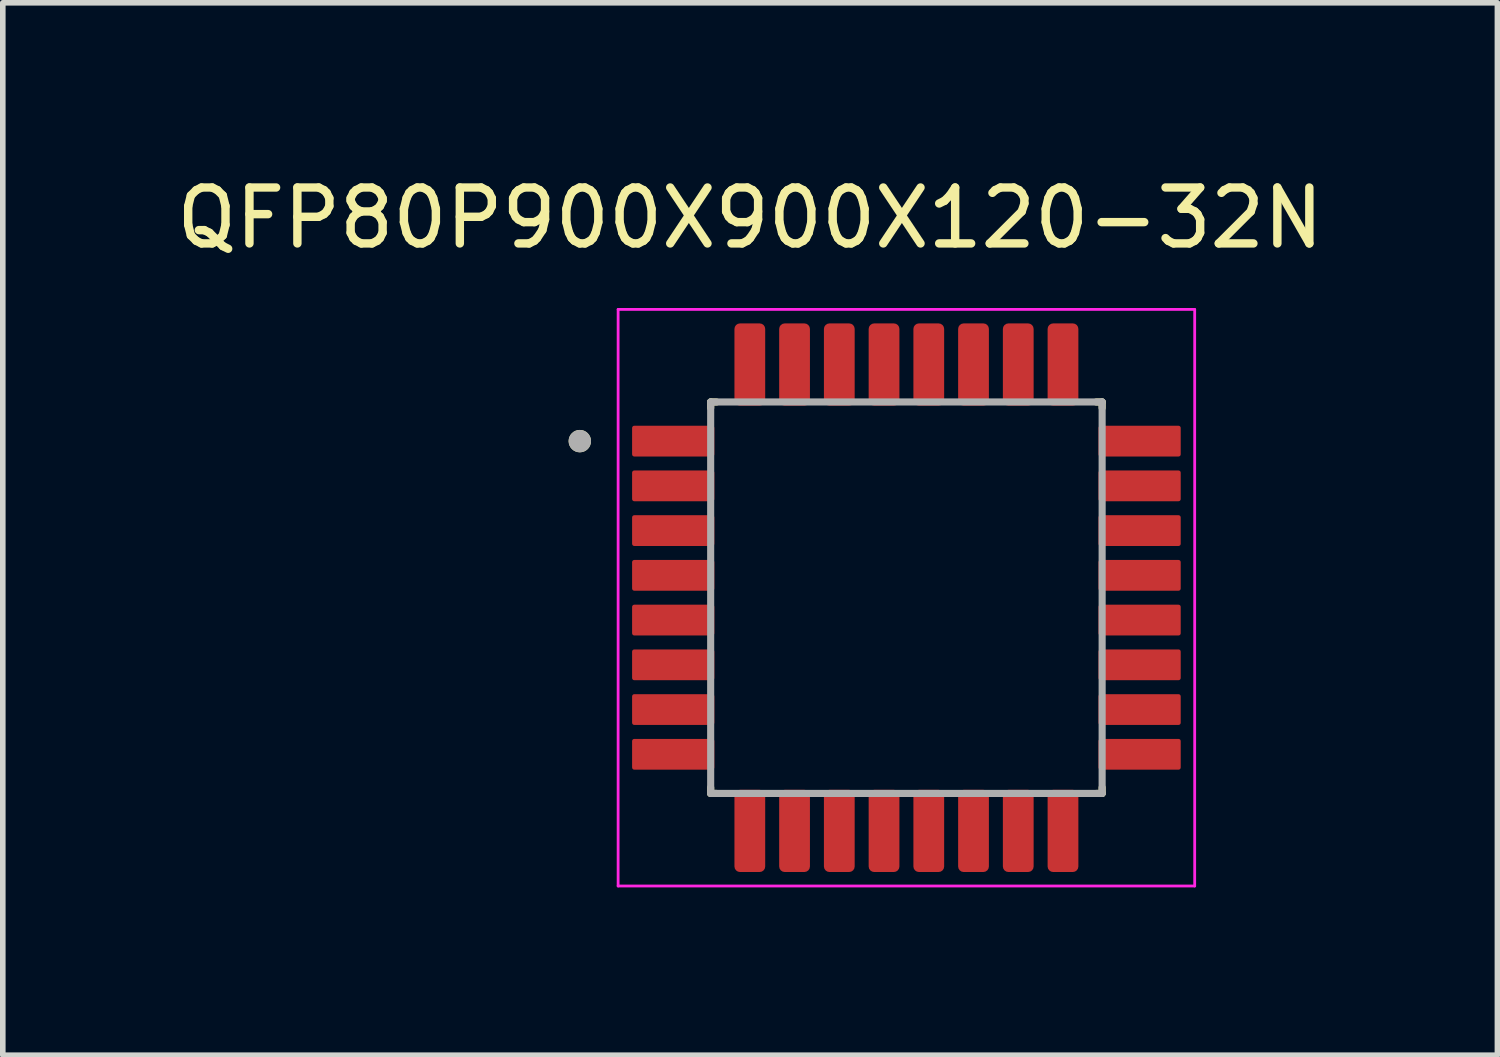
<source format=kicad_pcb>
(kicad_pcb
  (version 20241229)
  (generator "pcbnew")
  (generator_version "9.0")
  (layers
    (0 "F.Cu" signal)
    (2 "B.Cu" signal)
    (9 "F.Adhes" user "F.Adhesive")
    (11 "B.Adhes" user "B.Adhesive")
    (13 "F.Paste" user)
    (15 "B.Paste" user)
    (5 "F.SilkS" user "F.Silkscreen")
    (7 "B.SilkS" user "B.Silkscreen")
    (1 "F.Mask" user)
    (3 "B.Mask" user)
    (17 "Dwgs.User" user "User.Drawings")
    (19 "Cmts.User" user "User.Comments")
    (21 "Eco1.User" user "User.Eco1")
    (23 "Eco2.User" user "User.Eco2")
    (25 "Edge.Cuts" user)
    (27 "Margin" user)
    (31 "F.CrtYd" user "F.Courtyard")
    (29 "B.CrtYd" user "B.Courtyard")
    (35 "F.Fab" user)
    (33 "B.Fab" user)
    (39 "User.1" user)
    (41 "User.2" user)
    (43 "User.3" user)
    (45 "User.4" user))
  (footprint "QFP80P900X900X120-32N"
    (layer "F.Cu")
    (at 13.158 7.638)
    (property "Reference" "QFP80P900X900X120-32N" (at -2.795 -6.79 0) (layer "F.SilkS") (effects (font (size 1 1) (thickness 0.15))))
    (attr smd)
    (fp_line (start -3.5 -3.5) (end -3.5 -3.395) (stroke (width 0.127) (type solid)) (layer "F.SilkS"))
    (fp_line (start -3.5 -3.5) (end -3.395 -3.5) (stroke (width 0.127) (type solid)) (layer "F.SilkS"))
    (fp_line (start -3.5 3.5) (end -3.5 3.395) (stroke (width 0.127) (type solid)) (layer "F.SilkS"))
    (fp_line (start -3.5 3.5) (end -3.395 3.5) (stroke (width 0.127) (type solid)) (layer "F.SilkS"))
    (fp_line (start 3.5 -3.5) (end 3.395 -3.5) (stroke (width 0.127) (type solid)) (layer "F.SilkS"))
    (fp_line (start 3.5 -3.5) (end 3.5 -3.395) (stroke (width 0.127) (type solid)) (layer "F.SilkS"))
    (fp_line (start 3.5 3.5) (end 3.395 3.5) (stroke (width 0.127) (type solid)) (layer "F.SilkS"))
    (fp_line (start 3.5 3.5) (end 3.5 3.395) (stroke (width 0.127) (type solid)) (layer "F.SilkS"))
    (fp_circle (center -5.84 -2.8) (end -5.74 -2.8) (stroke (width 0.2) (type solid)) (fill no) (layer "F.SilkS"))
    (fp_line (start -5.155 -5.155) (end 5.155 -5.155) (stroke (width 0.05) (type solid)) (layer "F.CrtYd"))
    (fp_line (start -5.155 5.155) (end -5.155 -5.155) (stroke (width 0.05) (type solid)) (layer "F.CrtYd"))
    (fp_line (start -5.155 5.155) (end 5.155 5.155) (stroke (width 0.05) (type solid)) (layer "F.CrtYd"))
    (fp_line (start 5.155 5.155) (end 5.155 -5.155) (stroke (width 0.05) (type solid)) (layer "F.CrtYd"))
    (fp_line (start -3.5 3.5) (end -3.5 -3.5) (stroke (width 0.127) (type solid)) (layer "F.Fab"))
    (fp_line (start 3.5 -3.5) (end -3.5 -3.5) (stroke (width 0.127) (type solid)) (layer "F.Fab"))
    (fp_line (start 3.5 3.5) (end -3.5 3.5) (stroke (width 0.127) (type solid)) (layer "F.Fab"))
    (fp_line (start 3.5 3.5) (end 3.5 -3.5) (stroke (width 0.127) (type solid)) (layer "F.Fab"))
    (fp_circle (center -5.84 -2.8) (end -5.74 -2.8) (stroke (width 0.2) (type solid)) (fill no) (layer "F.Fab"))
    (pad "1" smd roundrect (at -4.17 -2.8) (size 1.47 0.55) (layers "F.Cu" "F.Mask" "F.Paste") (roundrect_rratio 0.07))
    (pad "2" smd roundrect (at -4.17 -2) (size 1.47 0.55) (layers "F.Cu" "F.Mask" "F.Paste") (roundrect_rratio 0.07))
    (pad "3" smd roundrect (at -4.17 -1.2) (size 1.47 0.55) (layers "F.Cu" "F.Mask" "F.Paste") (roundrect_rratio 0.07))
    (pad "4" smd roundrect (at -4.17 -0.4) (size 1.47 0.55) (layers "F.Cu" "F.Mask" "F.Paste") (roundrect_rratio 0.07))
    (pad "5" smd roundrect (at -4.17 0.4) (size 1.47 0.55) (layers "F.Cu" "F.Mask" "F.Paste") (roundrect_rratio 0.07))
    (pad "6" smd roundrect (at -4.17 1.2) (size 1.47 0.55) (layers "F.Cu" "F.Mask" "F.Paste") (roundrect_rratio 0.07))
    (pad "7" smd roundrect (at -4.17 2) (size 1.47 0.55) (layers "F.Cu" "F.Mask" "F.Paste") (roundrect_rratio 0.07))
    (pad "8" smd roundrect (at -4.17 2.8) (size 1.47 0.55) (layers "F.Cu" "F.Mask" "F.Paste") (roundrect_rratio 0.07))
    (pad "9" smd roundrect (at -2.8 4.17) (size 0.55 1.47) (layers "F.Cu" "F.Mask" "F.Paste") (roundrect_rratio 0.18))
    (pad "10" smd roundrect (at -2 4.17) (size 0.55 1.47) (layers "F.Cu" "F.Mask" "F.Paste") (roundrect_rratio 0.18))
    (pad "11" smd roundrect (at -1.2 4.17) (size 0.55 1.47) (layers "F.Cu" "F.Mask" "F.Paste") (roundrect_rratio 0.18))
    (pad "12" smd roundrect (at -0.4 4.17) (size 0.55 1.47) (layers "F.Cu" "F.Mask" "F.Paste") (roundrect_rratio 0.18))
    (pad "13" smd roundrect (at 0.4 4.17) (size 0.55 1.47) (layers "F.Cu" "F.Mask" "F.Paste") (roundrect_rratio 0.18))
    (pad "14" smd roundrect (at 1.2 4.17) (size 0.55 1.47) (layers "F.Cu" "F.Mask" "F.Paste") (roundrect_rratio 0.18))
    (pad "15" smd roundrect (at 2 4.17) (size 0.55 1.47) (layers "F.Cu" "F.Mask" "F.Paste") (roundrect_rratio 0.18))
    (pad "16" smd roundrect (at 2.8 4.17) (size 0.55 1.47) (layers "F.Cu" "F.Mask" "F.Paste") (roundrect_rratio 0.18))
    (pad "17" smd roundrect (at 4.17 2.8) (size 1.47 0.55) (layers "F.Cu" "F.Mask" "F.Paste") (roundrect_rratio 0.07))
    (pad "18" smd roundrect (at 4.17 2) (size 1.47 0.55) (layers "F.Cu" "F.Mask" "F.Paste") (roundrect_rratio 0.07))
    (pad "19" smd roundrect (at 4.17 1.2) (size 1.47 0.55) (layers "F.Cu" "F.Mask" "F.Paste") (roundrect_rratio 0.07))
    (pad "20" smd roundrect (at 4.17 0.4) (size 1.47 0.55) (layers "F.Cu" "F.Mask" "F.Paste") (roundrect_rratio 0.07))
    (pad "21" smd roundrect (at 4.17 -0.4) (size 1.47 0.55) (layers "F.Cu" "F.Mask" "F.Paste") (roundrect_rratio 0.07))
    (pad "22" smd roundrect (at 4.17 -1.2) (size 1.47 0.55) (layers "F.Cu" "F.Mask" "F.Paste") (roundrect_rratio 0.07))
    (pad "23" smd roundrect (at 4.17 -2) (size 1.47 0.55) (layers "F.Cu" "F.Mask" "F.Paste") (roundrect_rratio 0.07))
    (pad "24" smd roundrect (at 4.17 -2.8) (size 1.47 0.55) (layers "F.Cu" "F.Mask" "F.Paste") (roundrect_rratio 0.07))
    (pad "25" smd roundrect (at 2.8 -4.17) (size 0.55 1.47) (layers "F.Cu" "F.Mask" "F.Paste") (roundrect_rratio 0.18))
    (pad "26" smd roundrect (at 2 -4.17) (size 0.55 1.47) (layers "F.Cu" "F.Mask" "F.Paste") (roundrect_rratio 0.18))
    (pad "27" smd roundrect (at 1.2 -4.17) (size 0.55 1.47) (layers "F.Cu" "F.Mask" "F.Paste") (roundrect_rratio 0.18))
    (pad "28" smd roundrect (at 0.4 -4.17) (size 0.55 1.47) (layers "F.Cu" "F.Mask" "F.Paste") (roundrect_rratio 0.18))
    (pad "29" smd roundrect (at -0.4 -4.17) (size 0.55 1.47) (layers "F.Cu" "F.Mask" "F.Paste") (roundrect_rratio 0.18))
    (pad "30" smd roundrect (at -1.2 -4.17) (size 0.55 1.47) (layers "F.Cu" "F.Mask" "F.Paste") (roundrect_rratio 0.18))
    (pad "31" smd roundrect (at -2 -4.17) (size 0.55 1.47) (layers "F.Cu" "F.Mask" "F.Paste") (roundrect_rratio 0.18))
    (pad "32" smd roundrect (at -2.8 -4.17) (size 0.55 1.47) (layers "F.Cu" "F.Mask" "F.Paste") (roundrect_rratio 0.18)))
  (gr_rect
    (start -3 -3)
    (end 23.726 15.818)
    (stroke (width 0.1) (type default))
    (fill no)
    (layer "Edge.Cuts")))
</source>
